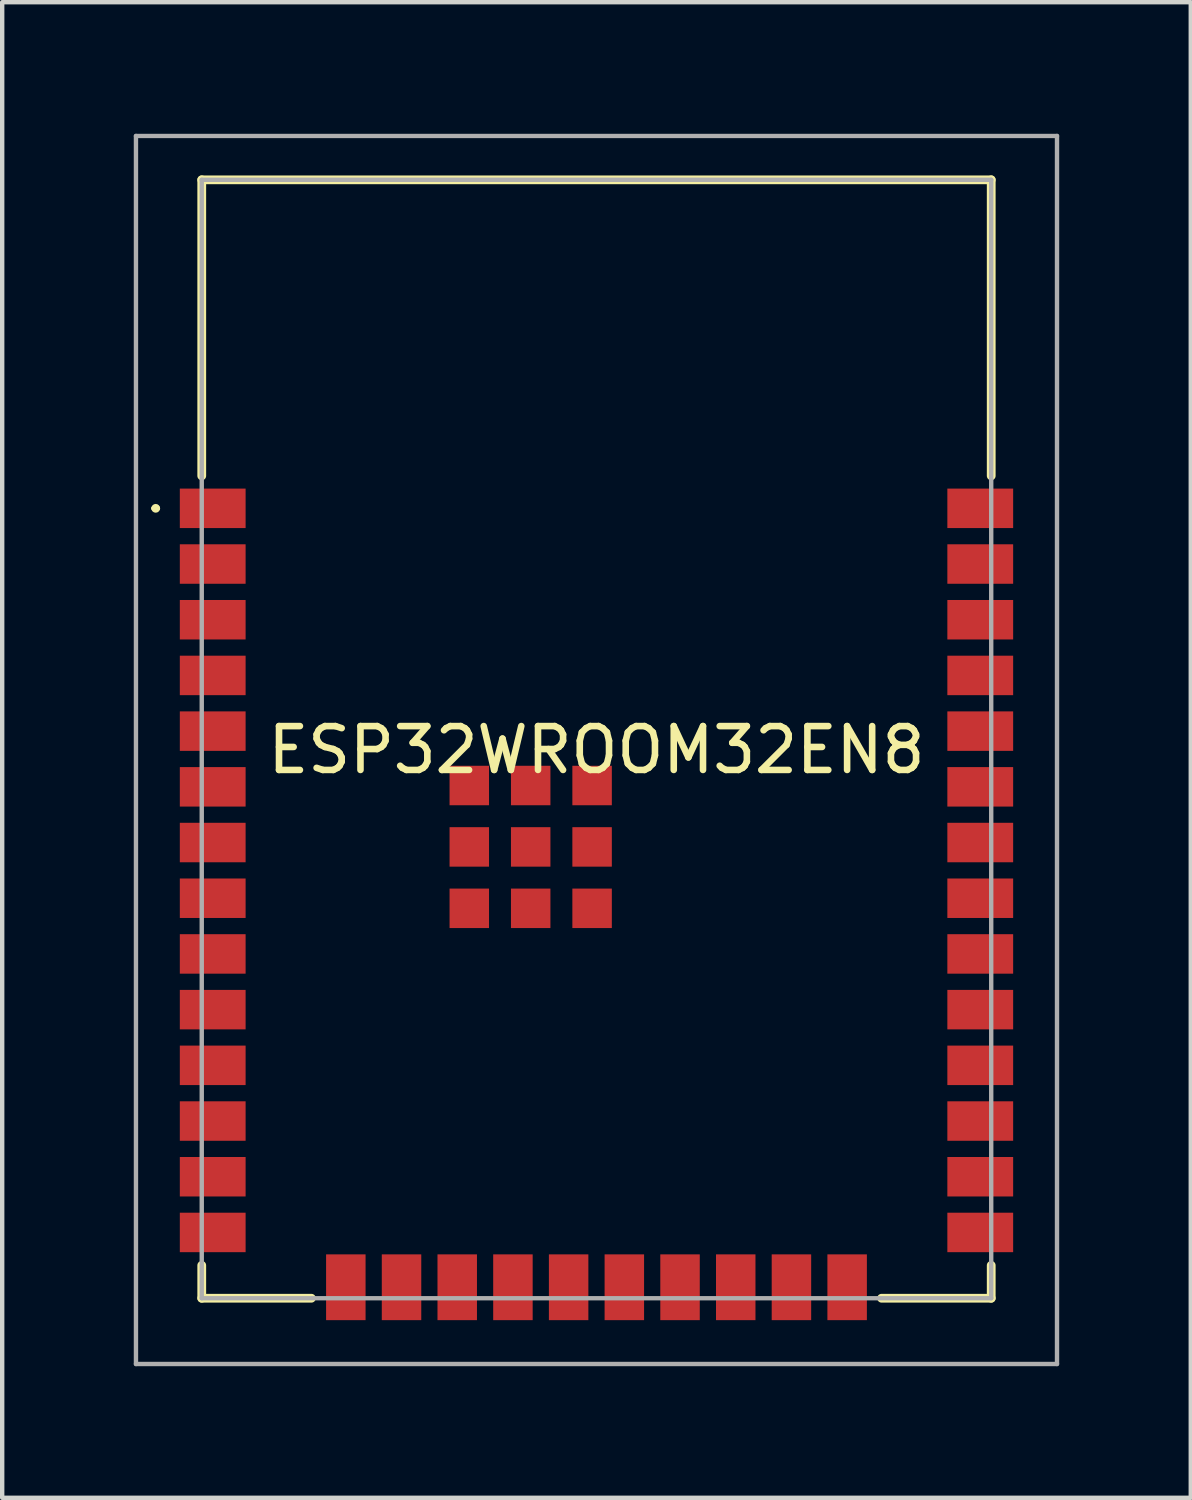
<source format=kicad_pcb>
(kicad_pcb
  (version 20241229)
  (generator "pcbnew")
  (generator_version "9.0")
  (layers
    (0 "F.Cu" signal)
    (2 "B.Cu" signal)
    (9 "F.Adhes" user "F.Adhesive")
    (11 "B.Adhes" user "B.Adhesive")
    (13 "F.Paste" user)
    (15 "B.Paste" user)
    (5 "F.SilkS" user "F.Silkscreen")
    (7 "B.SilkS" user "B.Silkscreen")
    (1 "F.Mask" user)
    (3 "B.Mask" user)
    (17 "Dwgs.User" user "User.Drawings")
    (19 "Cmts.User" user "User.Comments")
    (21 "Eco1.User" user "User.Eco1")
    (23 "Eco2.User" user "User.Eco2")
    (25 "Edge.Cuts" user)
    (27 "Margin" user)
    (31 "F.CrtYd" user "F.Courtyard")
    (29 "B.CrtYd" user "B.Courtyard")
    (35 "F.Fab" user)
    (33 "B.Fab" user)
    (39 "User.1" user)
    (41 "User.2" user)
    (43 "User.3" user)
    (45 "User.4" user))
  (footprint "ESP32WROOM32EN8"
    (layer "F.Cu")
    (at 10.55 13.8)
    (property "Reference" "ESP32WROOM32EN8" (at 0 0.25 0) (layer "F.SilkS") (effects (font (size 1 1) (thickness 0.15))))
    (attr smd)
    (fp_line (start -10.1 -5.26) (end -10.1 -5.26) (stroke (width 0.1) (type solid)) (layer "F.SilkS"))
    (fp_line (start -10 -5.26) (end -10 -5.26) (stroke (width 0.1) (type solid)) (layer "F.SilkS"))
    (fp_line (start -9 -12.75) (end 9 -12.75) (stroke (width 0.2) (type solid)) (layer "F.SilkS"))
    (fp_line (start -9 -6) (end -9 -12.75) (stroke (width 0.2) (type solid)) (layer "F.SilkS"))
    (fp_line (start -9 12.75) (end -9 12) (stroke (width 0.2) (type solid)) (layer "F.SilkS"))
    (fp_line (start -6.5 12.75) (end -9 12.75) (stroke (width 0.2) (type solid)) (layer "F.SilkS"))
    (fp_line (start 9 -12.75) (end 9 -6) (stroke (width 0.2) (type solid)) (layer "F.SilkS"))
    (fp_line (start 9 12) (end 9 12.75) (stroke (width 0.2) (type solid)) (layer "F.SilkS"))
    (fp_line (start 9 12.75) (end 6.5 12.75) (stroke (width 0.2) (type solid)) (layer "F.SilkS"))
    (fp_arc (start -10.1 -5.26) (mid -10.05 -5.31) (end -10 -5.26) (stroke (width 0.1) (type solid)) (layer "F.SilkS"))
    (fp_arc (start -10 -5.26) (mid -10.05 -5.21) (end -10.1 -5.26) (stroke (width 0.1) (type solid)) (layer "F.SilkS"))
    (fp_line (start -10.5 -13.75) (end 10.5 -13.75) (stroke (width 0.1) (type solid)) (layer "F.Fab"))
    (fp_line (start -10.5 14.25) (end -10.5 -13.75) (stroke (width 0.1) (type solid)) (layer "F.Fab"))
    (fp_line (start -9 -12.75) (end -9 12.75) (stroke (width 0.1) (type solid)) (layer "F.Fab"))
    (fp_line (start -9 12.75) (end 9 12.75) (stroke (width 0.1) (type solid)) (layer "F.Fab"))
    (fp_line (start 9 -12.75) (end -9 -12.75) (stroke (width 0.1) (type solid)) (layer "F.Fab"))
    (fp_line (start 9 12.75) (end 9 -12.75) (stroke (width 0.1) (type solid)) (layer "F.Fab"))
    (fp_line (start 10.5 -13.75) (end 10.5 14.25) (stroke (width 0.1) (type solid)) (layer "F.Fab"))
    (fp_line (start 10.5 14.25) (end -10.5 14.25) (stroke (width 0.1) (type solid)) (layer "F.Fab"))
    (pad "1" smd rect (at -8.75 -5.26) (size 1.5 0.9) (layers "F.Cu" "F.Mask" "F.Paste"))
    (pad "2" smd rect (at -8.75 -3.99) (size 1.5 0.9) (layers "F.Cu" "F.Mask" "F.Paste"))
    (pad "3" smd rect (at -8.75 -2.72) (size 1.5 0.9) (layers "F.Cu" "F.Mask" "F.Paste"))
    (pad "4" smd rect (at -8.75 -1.45) (size 1.5 0.9) (layers "F.Cu" "F.Mask" "F.Paste"))
    (pad "5" smd rect (at -8.75 -0.18) (size 1.5 0.9) (layers "F.Cu" "F.Mask" "F.Paste"))
    (pad "6" smd rect (at -8.75 1.09) (size 1.5 0.9) (layers "F.Cu" "F.Mask" "F.Paste"))
    (pad "7" smd rect (at -8.75 2.36) (size 1.5 0.9) (layers "F.Cu" "F.Mask" "F.Paste"))
    (pad "8" smd rect (at -8.75 3.63) (size 1.5 0.9) (layers "F.Cu" "F.Mask" "F.Paste"))
    (pad "9" smd rect (at -8.75 4.9) (size 1.5 0.9) (layers "F.Cu" "F.Mask" "F.Paste"))
    (pad "10" smd rect (at -8.75 6.17) (size 1.5 0.9) (layers "F.Cu" "F.Mask" "F.Paste"))
    (pad "11" smd rect (at -8.75 7.44) (size 1.5 0.9) (layers "F.Cu" "F.Mask" "F.Paste"))
    (pad "12" smd rect (at -8.75 8.71) (size 1.5 0.9) (layers "F.Cu" "F.Mask" "F.Paste"))
    (pad "13" smd rect (at -8.75 9.98) (size 1.5 0.9) (layers "F.Cu" "F.Mask" "F.Paste"))
    (pad "14" smd rect (at -8.75 11.25) (size 1.5 0.9) (layers "F.Cu" "F.Mask" "F.Paste"))
    (pad "15" smd rect (at -5.715 12.5 90) (size 1.5 0.9) (layers "F.Cu" "F.Mask" "F.Paste"))
    (pad "16" smd rect (at -4.445 12.5 90) (size 1.5 0.9) (layers "F.Cu" "F.Mask" "F.Paste"))
    (pad "17" smd rect (at -3.175 12.5 90) (size 1.5 0.9) (layers "F.Cu" "F.Mask" "F.Paste"))
    (pad "18" smd rect (at -1.905 12.5 90) (size 1.5 0.9) (layers "F.Cu" "F.Mask" "F.Paste"))
    (pad "19" smd rect (at -0.635 12.5 90) (size 1.5 0.9) (layers "F.Cu" "F.Mask" "F.Paste"))
    (pad "20" smd rect (at 0.635 12.5 90) (size 1.5 0.9) (layers "F.Cu" "F.Mask" "F.Paste"))
    (pad "21" smd rect (at 1.905 12.5 90) (size 1.5 0.9) (layers "F.Cu" "F.Mask" "F.Paste"))
    (pad "22" smd rect (at 3.175 12.5 90) (size 1.5 0.9) (layers "F.Cu" "F.Mask" "F.Paste"))
    (pad "23" smd rect (at 4.445 12.5 90) (size 1.5 0.9) (layers "F.Cu" "F.Mask" "F.Paste"))
    (pad "24" smd rect (at 5.715 12.5 90) (size 1.5 0.9) (layers "F.Cu" "F.Mask" "F.Paste"))
    (pad "25" smd rect (at 8.75 11.25) (size 1.5 0.9) (layers "F.Cu" "F.Mask" "F.Paste"))
    (pad "26" smd rect (at 8.75 9.98) (size 1.5 0.9) (layers "F.Cu" "F.Mask" "F.Paste"))
    (pad "27" smd rect (at 8.75 8.71) (size 1.5 0.9) (layers "F.Cu" "F.Mask" "F.Paste"))
    (pad "28" smd rect (at 8.75 7.44) (size 1.5 0.9) (layers "F.Cu" "F.Mask" "F.Paste"))
    (pad "29" smd rect (at 8.75 6.17) (size 1.5 0.9) (layers "F.Cu" "F.Mask" "F.Paste"))
    (pad "30" smd rect (at 8.75 4.9) (size 1.5 0.9) (layers "F.Cu" "F.Mask" "F.Paste"))
    (pad "31" smd rect (at 8.75 3.63) (size 1.5 0.9) (layers "F.Cu" "F.Mask" "F.Paste"))
    (pad "32" smd rect (at 8.75 2.36) (size 1.5 0.9) (layers "F.Cu" "F.Mask" "F.Paste"))
    (pad "33" smd rect (at 8.75 1.09) (size 1.5 0.9) (layers "F.Cu" "F.Mask" "F.Paste"))
    (pad "34" smd rect (at 8.75 -0.18) (size 1.5 0.9) (layers "F.Cu" "F.Mask" "F.Paste"))
    (pad "35" smd rect (at 8.75 -1.45) (size 1.5 0.9) (layers "F.Cu" "F.Mask" "F.Paste"))
    (pad "36" smd rect (at 8.75 -2.72) (size 1.5 0.9) (layers "F.Cu" "F.Mask" "F.Paste"))
    (pad "37" smd rect (at 8.75 -3.99) (size 1.5 0.9) (layers "F.Cu" "F.Mask" "F.Paste"))
    (pad "38" smd rect (at 8.75 -5.26) (size 1.5 0.9) (layers "F.Cu" "F.Mask" "F.Paste"))
    (pad "39" smd rect (at -2.9 1.06) (size 0.9 0.9) (layers "F.Cu" "F.Mask" "F.Paste"))
    (pad "40" smd rect (at -2.9 2.46) (size 0.9 0.9) (layers "F.Cu" "F.Mask" "F.Paste"))
    (pad "41" smd rect (at -2.9 3.86) (size 0.9 0.9) (layers "F.Cu" "F.Mask" "F.Paste"))
    (pad "42" smd rect (at -1.5 3.86) (size 0.9 0.9) (layers "F.Cu" "F.Mask" "F.Paste"))
    (pad "43" smd rect (at -0.1 3.86) (size 0.9 0.9) (layers "F.Cu" "F.Mask" "F.Paste"))
    (pad "44" smd rect (at -0.1 2.46) (size 0.9 0.9) (layers "F.Cu" "F.Mask" "F.Paste"))
    (pad "45" smd rect (at -0.1 1.06) (size 0.9 0.9) (layers "F.Cu" "F.Mask" "F.Paste"))
    (pad "46" smd rect (at -1.5 1.06) (size 0.9 0.9) (layers "F.Cu" "F.Mask" "F.Paste"))
    (pad "47" smd rect (at -1.5 2.46) (size 0.9 0.9) (layers "F.Cu" "F.Mask" "F.Paste")))
  (gr_rect
    (start -3 -3)
    (end 24.1 31.1)
    (stroke (width 0.1) (type default))
    (fill no)
    (layer "Edge.Cuts")))
</source>
